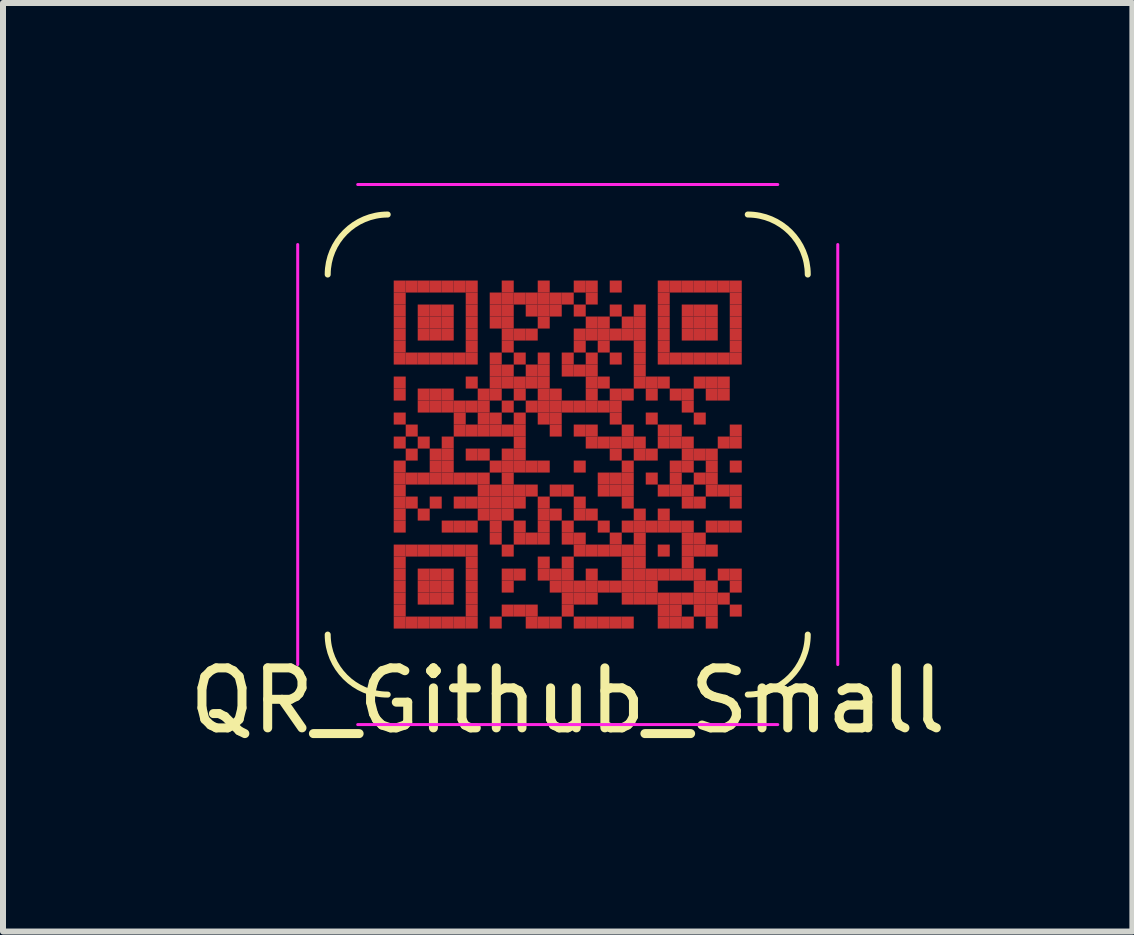
<source format=kicad_pcb>
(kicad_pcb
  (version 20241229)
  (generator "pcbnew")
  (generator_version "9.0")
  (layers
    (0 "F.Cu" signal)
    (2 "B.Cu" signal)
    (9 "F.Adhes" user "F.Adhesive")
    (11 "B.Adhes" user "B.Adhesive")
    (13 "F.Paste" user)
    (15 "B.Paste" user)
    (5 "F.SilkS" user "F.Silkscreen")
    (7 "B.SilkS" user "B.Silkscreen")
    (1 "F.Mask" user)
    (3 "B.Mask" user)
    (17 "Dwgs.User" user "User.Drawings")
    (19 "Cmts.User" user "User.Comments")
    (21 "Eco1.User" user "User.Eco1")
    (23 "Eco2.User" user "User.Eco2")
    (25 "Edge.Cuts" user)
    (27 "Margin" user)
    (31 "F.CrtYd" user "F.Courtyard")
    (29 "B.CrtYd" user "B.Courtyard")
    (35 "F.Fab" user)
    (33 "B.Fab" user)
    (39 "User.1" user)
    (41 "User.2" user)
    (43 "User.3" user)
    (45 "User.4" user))
  (footprint "QR_Github_Small"
    (layer "F.Cu")
    (at 6.411 4.525)
    (property "Reference" "QR_Github_Small" (at 0 4.1 0) (layer "F.SilkS") (effects (font (size 1 1) (thickness 0.15))))
    (fp_rect (start -2.95 -2.95) (end 2.95 2.95) (stroke (width 0) (type default)) (fill yes) (layer "F.Mask"))
    (fp_arc (start -4 -3) (mid -3.707107 -3.707107) (end -3 -4) (stroke (width 0.1) (type default)) (layer "F.SilkS"))
    (fp_arc (start -3 4) (mid -3.707107 3.707107) (end -4 3) (stroke (width 0.1) (type default)) (layer "F.SilkS"))
    (fp_arc (start 3 -4) (mid 3.707107 -3.707107) (end 4 -3) (stroke (width 0.1) (type default)) (layer "F.SilkS"))
    (fp_arc (start 4 3) (mid 3.707107 3.707107) (end 3 4) (stroke (width 0.1) (type default)) (layer "F.SilkS"))
    (fp_arc (start -4.5 -3.5) (mid -4.207107 -4.207107) (end -3.5 -4.5) (stroke (width 0.05) (type solid)) (layer "Margin"))
    (fp_arc (start -3.5 4.5) (mid -4.207107 4.207107) (end -4.5 3.5) (stroke (width 0.05) (type solid)) (layer "Margin"))
    (fp_arc (start 3.5 -4.5) (mid 4.207107 -4.207107) (end 4.5 -3.5) (stroke (width 0.05) (type solid)) (layer "Margin"))
    (fp_arc (start 4.5 3.5) (mid 4.207107 4.207107) (end 3.5 4.5) (stroke (width 0.05) (type solid)) (layer "Margin"))
    (fp_line (start -4.5 3.5) (end -4.5 -3.5) (stroke (width 0.05) (type default)) (layer "F.CrtYd"))
    (fp_line (start -3.5 -4.5) (end 3.5 -4.5) (stroke (width 0.05) (type default)) (layer "F.CrtYd"))
    (fp_line (start 3.5 4.5) (end -3.5 4.5) (stroke (width 0.05) (type default)) (layer "F.CrtYd"))
    (fp_line (start 4.5 -3.5) (end 4.5 3.5) (stroke (width 0.05) (type default)) (layer "F.CrtYd"))
    (pad "" smd rect (at -2.8 -2.8) (size 0.2 0.2) (layers "F.Cu"))
    (pad "" smd rect (at -2.8 -2.6) (size 0.2 0.2) (layers "F.Cu"))
    (pad "" smd rect (at -2.8 -2.4) (size 0.2 0.2) (layers "F.Cu"))
    (pad "" smd rect (at -2.8 -2.2) (size 0.2 0.2) (layers "F.Cu"))
    (pad "" smd rect (at -2.8 -2) (size 0.2 0.2) (layers "F.Cu"))
    (pad "" smd rect (at -2.8 -1.8) (size 0.2 0.2) (layers "F.Cu"))
    (pad "" smd rect (at -2.8 -1.6) (size 0.2 0.2) (layers "F.Cu"))
    (pad "" smd rect (at -2.8 -1.2) (size 0.2 0.2) (layers "F.Cu"))
    (pad "" smd rect (at -2.8 -1) (size 0.2 0.2) (layers "F.Cu"))
    (pad "" smd rect (at -2.8 -0.6) (size 0.2 0.2) (layers "F.Cu"))
    (pad "" smd rect (at -2.8 -0.2) (size 0.2 0.2) (layers "F.Cu"))
    (pad "" smd rect (at -2.8 0.2) (size 0.2 0.2) (layers "F.Cu"))
    (pad "" smd rect (at -2.8 0.4) (size 0.2 0.2) (layers "F.Cu"))
    (pad "" smd rect (at -2.8 0.6) (size 0.2 0.2) (layers "F.Cu"))
    (pad "" smd rect (at -2.8 0.8) (size 0.2 0.2) (layers "F.Cu"))
    (pad "" smd rect (at -2.8 1) (size 0.2 0.2) (layers "F.Cu"))
    (pad "" smd rect (at -2.8 1.2) (size 0.2 0.2) (layers "F.Cu"))
    (pad "" smd rect (at -2.8 1.6) (size 0.2 0.2) (layers "F.Cu"))
    (pad "" smd rect (at -2.8 1.8) (size 0.2 0.2) (layers "F.Cu"))
    (pad "" smd rect (at -2.8 2) (size 0.2 0.2) (layers "F.Cu"))
    (pad "" smd rect (at -2.8 2.2) (size 0.2 0.2) (layers "F.Cu"))
    (pad "" smd rect (at -2.8 2.4) (size 0.2 0.2) (layers "F.Cu"))
    (pad "" smd rect (at -2.8 2.6) (size 0.2 0.2) (layers "F.Cu"))
    (pad "" smd rect (at -2.8 2.8) (size 0.2 0.2) (layers "F.Cu"))
    (pad "" smd rect (at -2.6 -2.8) (size 0.2 0.2) (layers "F.Cu"))
    (pad "" smd rect (at -2.6 -1.6) (size 0.2 0.2) (layers "F.Cu"))
    (pad "" smd rect (at -2.6 -0.4) (size 0.2 0.2) (layers "F.Cu"))
    (pad "" smd rect (at -2.6 0) (size 0.2 0.2) (layers "F.Cu"))
    (pad "" smd rect (at -2.6 0.4) (size 0.2 0.2) (layers "F.Cu"))
    (pad "" smd rect (at -2.6 0.8) (size 0.2 0.2) (layers "F.Cu"))
    (pad "" smd rect (at -2.6 1.6) (size 0.2 0.2) (layers "F.Cu"))
    (pad "" smd rect (at -2.6 2.8) (size 0.2 0.2) (layers "F.Cu"))
    (pad "" smd rect (at -2.4 -2.8) (size 0.2 0.2) (layers "F.Cu"))
    (pad "" smd rect (at -2.4 -2.4) (size 0.2 0.2) (layers "F.Cu"))
    (pad "" smd rect (at -2.4 -2.2) (size 0.2 0.2) (layers "F.Cu"))
    (pad "" smd rect (at -2.4 -2) (size 0.2 0.2) (layers "F.Cu"))
    (pad "" smd rect (at -2.4 -1.6) (size 0.2 0.2) (layers "F.Cu"))
    (pad "" smd rect (at -2.4 -1) (size 0.2 0.2) (layers "F.Cu"))
    (pad "" smd rect (at -2.4 -0.8) (size 0.2 0.2) (layers "F.Cu"))
    (pad "" smd rect (at -2.4 -0.2) (size 0.2 0.2) (layers "F.Cu"))
    (pad "" smd rect (at -2.4 0.4) (size 0.2 0.2) (layers "F.Cu"))
    (pad "" smd rect (at -2.4 1) (size 0.2 0.2) (layers "F.Cu"))
    (pad "" smd rect (at -2.4 1.6) (size 0.2 0.2) (layers "F.Cu"))
    (pad "" smd rect (at -2.4 2) (size 0.2 0.2) (layers "F.Cu"))
    (pad "" smd rect (at -2.4 2.2) (size 0.2 0.2) (layers "F.Cu"))
    (pad "" smd rect (at -2.4 2.4) (size 0.2 0.2) (layers "F.Cu"))
    (pad "" smd rect (at -2.4 2.8) (size 0.2 0.2) (layers "F.Cu"))
    (pad "" smd rect (at -2.2 -2.8) (size 0.2 0.2) (layers "F.Cu"))
    (pad "" smd rect (at -2.2 -2.4) (size 0.2 0.2) (layers "F.Cu"))
    (pad "" smd rect (at -2.2 -2.2) (size 0.2 0.2) (layers "F.Cu"))
    (pad "" smd rect (at -2.2 -2) (size 0.2 0.2) (layers "F.Cu"))
    (pad "" smd rect (at -2.2 -1.6) (size 0.2 0.2) (layers "F.Cu"))
    (pad "" smd rect (at -2.2 -1) (size 0.2 0.2) (layers "F.Cu"))
    (pad "" smd rect (at -2.2 -0.8) (size 0.2 0.2) (layers "F.Cu"))
    (pad "" smd rect (at -2.2 0) (size 0.2 0.2) (layers "F.Cu"))
    (pad "" smd rect (at -2.2 0.2) (size 0.2 0.2) (layers "F.Cu"))
    (pad "" smd rect (at -2.2 0.4) (size 0.2 0.2) (layers "F.Cu"))
    (pad "" smd rect (at -2.2 0.8) (size 0.2 0.2) (layers "F.Cu"))
    (pad "" smd rect (at -2.2 1.6) (size 0.2 0.2) (layers "F.Cu"))
    (pad "" smd rect (at -2.2 2) (size 0.2 0.2) (layers "F.Cu"))
    (pad "" smd rect (at -2.2 2.2) (size 0.2 0.2) (layers "F.Cu"))
    (pad "" smd rect (at -2.2 2.4) (size 0.2 0.2) (layers "F.Cu"))
    (pad "" smd rect (at -2.2 2.8) (size 0.2 0.2) (layers "F.Cu"))
    (pad "" smd rect (at -2 -2.8) (size 0.2 0.2) (layers "F.Cu"))
    (pad "" smd rect (at -2 -2.4) (size 0.2 0.2) (layers "F.Cu"))
    (pad "" smd rect (at -2 -2.2) (size 0.2 0.2) (layers "F.Cu"))
    (pad "" smd rect (at -2 -2) (size 0.2 0.2) (layers "F.Cu"))
    (pad "" smd rect (at -2 -1.6) (size 0.2 0.2) (layers "F.Cu"))
    (pad "" smd rect (at -2 -1) (size 0.2 0.2) (layers "F.Cu"))
    (pad "" smd rect (at -2 -0.8) (size 0.2 0.2) (layers "F.Cu"))
    (pad "" smd rect (at -2 -0.2) (size 0.2 0.2) (layers "F.Cu"))
    (pad "" smd rect (at -2 0) (size 0.2 0.2) (layers "F.Cu"))
    (pad "" smd rect (at -2 0.2) (size 0.2 0.2) (layers "F.Cu"))
    (pad "" smd rect (at -2 0.4) (size 0.2 0.2) (layers "F.Cu"))
    (pad "" smd rect (at -2 1.2) (size 0.2 0.2) (layers "F.Cu"))
    (pad "" smd rect (at -2 1.6) (size 0.2 0.2) (layers "F.Cu"))
    (pad "" smd rect (at -2 2) (size 0.2 0.2) (layers "F.Cu"))
    (pad "" smd rect (at -2 2.2) (size 0.2 0.2) (layers "F.Cu"))
    (pad "" smd rect (at -2 2.4) (size 0.2 0.2) (layers "F.Cu"))
    (pad "" smd rect (at -2 2.8) (size 0.2 0.2) (layers "F.Cu"))
    (pad "" smd rect (at -1.8 -2.8) (size 0.2 0.2) (layers "F.Cu"))
    (pad "" smd rect (at -1.8 -1.6) (size 0.2 0.2) (layers "F.Cu"))
    (pad "" smd rect (at -1.8 -0.8) (size 0.2 0.2) (layers "F.Cu"))
    (pad "" smd rect (at -1.8 -0.6) (size 0.2 0.2) (layers "F.Cu"))
    (pad "" smd rect (at -1.8 -0.4) (size 0.2 0.2) (layers "F.Cu"))
    (pad "" smd rect (at -1.8 0.4) (size 0.2 0.2) (layers "F.Cu"))
    (pad "" smd rect (at -1.8 0.8) (size 0.2 0.2) (layers "F.Cu"))
    (pad "" smd rect (at -1.8 1.2) (size 0.2 0.2) (layers "F.Cu"))
    (pad "" smd rect (at -1.8 1.6) (size 0.2 0.2) (layers "F.Cu"))
    (pad "" smd rect (at -1.8 2.8) (size 0.2 0.2) (layers "F.Cu"))
    (pad "" smd rect (at -1.6 -2.8) (size 0.2 0.2) (layers "F.Cu"))
    (pad "" smd rect (at -1.6 -2.6) (size 0.2 0.2) (layers "F.Cu"))
    (pad "" smd rect (at -1.6 -2.4) (size 0.2 0.2) (layers "F.Cu"))
    (pad "" smd rect (at -1.6 -2.2) (size 0.2 0.2) (layers "F.Cu"))
    (pad "" smd rect (at -1.6 -2) (size 0.2 0.2) (layers "F.Cu"))
    (pad "" smd rect (at -1.6 -1.8) (size 0.2 0.2) (layers "F.Cu"))
    (pad "" smd rect (at -1.6 -1.6) (size 0.2 0.2) (layers "F.Cu"))
    (pad "" smd rect (at -1.6 -1.2) (size 0.2 0.2) (layers "F.Cu"))
    (pad "" smd rect (at -1.6 -0.8) (size 0.2 0.2) (layers "F.Cu"))
    (pad "" smd rect (at -1.6 -0.4) (size 0.2 0.2) (layers "F.Cu"))
    (pad "" smd rect (at -1.6 0) (size 0.2 0.2) (layers "F.Cu"))
    (pad "" smd rect (at -1.6 0.4) (size 0.2 0.2) (layers "F.Cu"))
    (pad "" smd rect (at -1.6 0.8) (size 0.2 0.2) (layers "F.Cu"))
    (pad "" smd rect (at -1.6 1.2) (size 0.2 0.2) (layers "F.Cu"))
    (pad "" smd rect (at -1.6 1.6) (size 0.2 0.2) (layers "F.Cu"))
    (pad "" smd rect (at -1.6 1.8) (size 0.2 0.2) (layers "F.Cu"))
    (pad "" smd rect (at -1.6 2) (size 0.2 0.2) (layers "F.Cu"))
    (pad "" smd rect (at -1.6 2.2) (size 0.2 0.2) (layers "F.Cu"))
    (pad "" smd rect (at -1.6 2.4) (size 0.2 0.2) (layers "F.Cu"))
    (pad "" smd rect (at -1.6 2.6) (size 0.2 0.2) (layers "F.Cu"))
    (pad "" smd rect (at -1.6 2.8) (size 0.2 0.2) (layers "F.Cu"))
    (pad "" smd rect (at -1.4 -1) (size 0.2 0.2) (layers "F.Cu"))
    (pad "" smd rect (at -1.4 -0.8) (size 0.2 0.2) (layers "F.Cu"))
    (pad "" smd rect (at -1.4 -0.6) (size 0.2 0.2) (layers "F.Cu"))
    (pad "" smd rect (at -1.4 -0.4) (size 0.2 0.2) (layers "F.Cu"))
    (pad "" smd rect (at -1.4 0) (size 0.2 0.2) (layers "F.Cu"))
    (pad "" smd rect (at -1.4 0.4) (size 0.2 0.2) (layers "F.Cu"))
    (pad "" smd rect (at -1.4 0.6) (size 0.2 0.2) (layers "F.Cu"))
    (pad "" smd rect (at -1.4 0.8) (size 0.2 0.2) (layers "F.Cu"))
    (pad "" smd rect (at -1.4 1) (size 0.2 0.2) (layers "F.Cu"))
    (pad "" smd rect (at -1.2 -2.6) (size 0.2 0.2) (layers "F.Cu"))
    (pad "" smd rect (at -1.2 -2.4) (size 0.2 0.2) (layers "F.Cu"))
    (pad "" smd rect (at -1.2 -2.2) (size 0.2 0.2) (layers "F.Cu"))
    (pad "" smd rect (at -1.2 -1.6) (size 0.2 0.2) (layers "F.Cu"))
    (pad "" smd rect (at -1.2 -1.4) (size 0.2 0.2) (layers "F.Cu"))
    (pad "" smd rect (at -1.2 -1.2) (size 0.2 0.2) (layers "F.Cu"))
    (pad "" smd rect (at -1.2 -1) (size 0.2 0.2) (layers "F.Cu"))
    (pad "" smd rect (at -1.2 -0.6) (size 0.2 0.2) (layers "F.Cu"))
    (pad "" smd rect (at -1.2 -0.4) (size 0.2 0.2) (layers "F.Cu"))
    (pad "" smd rect (at -1.2 0.2) (size 0.2 0.2) (layers "F.Cu"))
    (pad "" smd rect (at -1.2 0.6) (size 0.2 0.2) (layers "F.Cu"))
    (pad "" smd rect (at -1.2 0.8) (size 0.2 0.2) (layers "F.Cu"))
    (pad "" smd rect (at -1.2 1) (size 0.2 0.2) (layers "F.Cu"))
    (pad "" smd rect (at -1.2 1.2) (size 0.2 0.2) (layers "F.Cu"))
    (pad "" smd rect (at -1.2 1.4) (size 0.2 0.2) (layers "F.Cu"))
    (pad "" smd rect (at -1.2 2.8) (size 0.2 0.2) (layers "F.Cu"))
    (pad "" smd rect (at -1 -2.8) (size 0.2 0.2) (layers "F.Cu"))
    (pad "" smd rect (at -1 -2.6) (size 0.2 0.2) (layers "F.Cu"))
    (pad "" smd rect (at -1 -2.4) (size 0.2 0.2) (layers "F.Cu"))
    (pad "" smd rect (at -1 -2.2) (size 0.2 0.2) (layers "F.Cu"))
    (pad "" smd rect (at -1 -2) (size 0.2 0.2) (layers "F.Cu"))
    (pad "" smd rect (at -1 -1.8) (size 0.2 0.2) (layers "F.Cu"))
    (pad "" smd rect (at -1 -1.4) (size 0.2 0.2) (layers "F.Cu"))
    (pad "" smd rect (at -1 -1.2) (size 0.2 0.2) (layers "F.Cu"))
    (pad "" smd rect (at -1 -0.8) (size 0.2 0.2) (layers "F.Cu"))
    (pad "" smd rect (at -1 -0.4) (size 0.2 0.2) (layers "F.Cu"))
    (pad "" smd rect (at -1 0) (size 0.2 0.2) (layers "F.Cu"))
    (pad "" smd rect (at -1 0.2) (size 0.2 0.2) (layers "F.Cu"))
    (pad "" smd rect (at -1 0.4) (size 0.2 0.2) (layers "F.Cu"))
    (pad "" smd rect (at -1 0.6) (size 0.2 0.2) (layers "F.Cu"))
    (pad "" smd rect (at -1 0.8) (size 0.2 0.2) (layers "F.Cu"))
    (pad "" smd rect (at -1 1) (size 0.2 0.2) (layers "F.Cu"))
    (pad "" smd rect (at -1 1.6) (size 0.2 0.2) (layers "F.Cu"))
    (pad "" smd rect (at -1 2) (size 0.2 0.2) (layers "F.Cu"))
    (pad "" smd rect (at -1 2.2) (size 0.2 0.2) (layers "F.Cu"))
    (pad "" smd rect (at -1 2.6) (size 0.2 0.2) (layers "F.Cu"))
    (pad "" smd rect (at -0.8 -2.6) (size 0.2 0.2) (layers "F.Cu"))
    (pad "" smd rect (at -0.8 -2) (size 0.2 0.2) (layers "F.Cu"))
    (pad "" smd rect (at -0.8 -1.6) (size 0.2 0.2) (layers "F.Cu"))
    (pad "" smd rect (at -0.8 -1.2) (size 0.2 0.2) (layers "F.Cu"))
    (pad "" smd rect (at -0.8 -1) (size 0.2 0.2) (layers "F.Cu"))
    (pad "" smd rect (at -0.8 -0.6) (size 0.2 0.2) (layers "F.Cu"))
    (pad "" smd rect (at -0.8 -0.4) (size 0.2 0.2) (layers "F.Cu"))
    (pad "" smd rect (at -0.8 -0.2) (size 0.2 0.2) (layers "F.Cu"))
    (pad "" smd rect (at -0.8 0) (size 0.2 0.2) (layers "F.Cu"))
    (pad "" smd rect (at -0.8 0.2) (size 0.2 0.2) (layers "F.Cu"))
    (pad "" smd rect (at -0.8 0.6) (size 0.2 0.2) (layers "F.Cu"))
    (pad "" smd rect (at -0.8 0.8) (size 0.2 0.2) (layers "F.Cu"))
    (pad "" smd rect (at -0.8 1.2) (size 0.2 0.2) (layers "F.Cu"))
    (pad "" smd rect (at -0.8 1.4) (size 0.2 0.2) (layers "F.Cu"))
    (pad "" smd rect (at -0.8 2) (size 0.2 0.2) (layers "F.Cu"))
    (pad "" smd rect (at -0.8 2.6) (size 0.2 0.2) (layers "F.Cu"))
    (pad "" smd rect (at -0.6 -2.6) (size 0.2 0.2) (layers "F.Cu"))
    (pad "" smd rect (at -0.6 -2.4) (size 0.2 0.2) (layers "F.Cu"))
    (pad "" smd rect (at -0.6 -2) (size 0.2 0.2) (layers "F.Cu"))
    (pad "" smd rect (at -0.6 -1.4) (size 0.2 0.2) (layers "F.Cu"))
    (pad "" smd rect (at -0.6 -1.2) (size 0.2 0.2) (layers "F.Cu"))
    (pad "" smd rect (at -0.6 -0.8) (size 0.2 0.2) (layers "F.Cu"))
    (pad "" smd rect (at -0.6 0.2) (size 0.2 0.2) (layers "F.Cu"))
    (pad "" smd rect (at -0.6 0.6) (size 0.2 0.2) (layers "F.Cu"))
    (pad "" smd rect (at -0.6 1.4) (size 0.2 0.2) (layers "F.Cu"))
    (pad "" smd rect (at -0.6 2.6) (size 0.2 0.2) (layers "F.Cu"))
    (pad "" smd rect (at -0.6 2.8) (size 0.2 0.2) (layers "F.Cu"))
    (pad "" smd rect (at -0.4 -2.8) (size 0.2 0.2) (layers "F.Cu"))
    (pad "" smd rect (at -0.4 -2.6) (size 0.2 0.2) (layers "F.Cu"))
    (pad "" smd rect (at -0.4 -2.4) (size 0.2 0.2) (layers "F.Cu"))
    (pad "" smd rect (at -0.4 -2.2) (size 0.2 0.2) (layers "F.Cu"))
    (pad "" smd rect (at -0.4 -1.6) (size 0.2 0.2) (layers "F.Cu"))
    (pad "" smd rect (at -0.4 -1.4) (size 0.2 0.2) (layers "F.Cu"))
    (pad "" smd rect (at -0.4 -1.2) (size 0.2 0.2) (layers "F.Cu"))
    (pad "" smd rect (at -0.4 -1) (size 0.2 0.2) (layers "F.Cu"))
    (pad "" smd rect (at -0.4 -0.8) (size 0.2 0.2) (layers "F.Cu"))
    (pad "" smd rect (at -0.4 -0.6) (size 0.2 0.2) (layers "F.Cu"))
    (pad "" smd rect (at -0.4 0.2) (size 0.2 0.2) (layers "F.Cu"))
    (pad "" smd rect (at -0.4 0.8) (size 0.2 0.2) (layers "F.Cu"))
    (pad "" smd rect (at -0.4 1) (size 0.2 0.2) (layers "F.Cu"))
    (pad "" smd rect (at -0.4 1.2) (size 0.2 0.2) (layers "F.Cu"))
    (pad "" smd rect (at -0.4 1.4) (size 0.2 0.2) (layers "F.Cu"))
    (pad "" smd rect (at -0.4 1.8) (size 0.2 0.2) (layers "F.Cu"))
    (pad "" smd rect (at -0.4 2) (size 0.2 0.2) (layers "F.Cu"))
    (pad "" smd rect (at -0.4 2.8) (size 0.2 0.2) (layers "F.Cu"))
    (pad "" smd rect (at -0.2 -2.6) (size 0.2 0.2) (layers "F.Cu"))
    (pad "" smd rect (at -0.2 -2.4) (size 0.2 0.2) (layers "F.Cu"))
    (pad "" smd rect (at -0.2 -1) (size 0.2 0.2) (layers "F.Cu"))
    (pad "" smd rect (at -0.2 -0.8) (size 0.2 0.2) (layers "F.Cu"))
    (pad "" smd rect (at -0.2 -0.6) (size 0.2 0.2) (layers "F.Cu"))
    (pad "" smd rect (at -0.2 -0.4) (size 0.2 0.2) (layers "F.Cu"))
    (pad "" smd rect (at -0.2 0.6) (size 0.2 0.2) (layers "F.Cu"))
    (pad "" smd rect (at -0.2 1) (size 0.2 0.2) (layers "F.Cu"))
    (pad "" smd rect (at -0.2 2) (size 0.2 0.2) (layers "F.Cu"))
    (pad "" smd rect (at -0.2 2.2) (size 0.2 0.2) (layers "F.Cu"))
    (pad "" smd rect (at -0.2 2.8) (size 0.2 0.2) (layers "F.Cu"))
    (pad "" smd rect (at 0 -2.6) (size 0.2 0.2) (layers "F.Cu"))
    (pad "" smd rect (at 0 -1.6) (size 0.2 0.2) (layers "F.Cu"))
    (pad "" smd rect (at 0 -1.4) (size 0.2 0.2) (layers "F.Cu"))
    (pad "" smd rect (at 0 -0.8) (size 0.2 0.2) (layers "F.Cu"))
    (pad "" smd rect (at 0 0.6) (size 0.2 0.2) (layers "F.Cu"))
    (pad "" smd rect (at 0 1.2) (size 0.2 0.2) (layers "F.Cu"))
    (pad "" smd rect (at 0 1.4) (size 0.2 0.2) (layers "F.Cu"))
    (pad "" smd rect (at 0 1.8) (size 0.2 0.2) (layers "F.Cu"))
    (pad "" smd rect (at 0 2) (size 0.2 0.2) (layers "F.Cu"))
    (pad "" smd rect (at 0 2.2) (size 0.2 0.2) (layers "F.Cu"))
    (pad "" smd rect (at 0 2.4) (size 0.2 0.2) (layers "F.Cu"))
    (pad "" smd rect (at 0 2.6) (size 0.2 0.2) (layers "F.Cu"))
    (pad "" smd rect (at 0.2 -2.8) (size 0.2 0.2) (layers "F.Cu"))
    (pad "" smd rect (at 0.2 -2.4) (size 0.2 0.2) (layers "F.Cu"))
    (pad "" smd rect (at 0.2 -2) (size 0.2 0.2) (layers "F.Cu"))
    (pad "" smd rect (at 0.2 -1.8) (size 0.2 0.2) (layers "F.Cu"))
    (pad "" smd rect (at 0.2 -1.4) (size 0.2 0.2) (layers "F.Cu"))
    (pad "" smd rect (at 0.2 -0.8) (size 0.2 0.2) (layers "F.Cu"))
    (pad "" smd rect (at 0.2 -0.4) (size 0.2 0.2) (layers "F.Cu"))
    (pad "" smd rect (at 0.2 0.2) (size 0.2 0.2) (layers "F.Cu"))
    (pad "" smd rect (at 0.2 0.8) (size 0.2 0.2) (layers "F.Cu"))
    (pad "" smd rect (at 0.2 1) (size 0.2 0.2) (layers "F.Cu"))
    (pad "" smd rect (at 0.2 1.4) (size 0.2 0.2) (layers "F.Cu"))
    (pad "" smd rect (at 0.2 1.6) (size 0.2 0.2) (layers "F.Cu"))
    (pad "" smd rect (at 0.2 2.2) (size 0.2 0.2) (layers "F.Cu"))
    (pad "" smd rect (at 0.2 2.4) (size 0.2 0.2) (layers "F.Cu"))
    (pad "" smd rect (at 0.2 2.8) (size 0.2 0.2) (layers "F.Cu"))
    (pad "" smd rect (at 0.4 -2.8) (size 0.2 0.2) (layers "F.Cu"))
    (pad "" smd rect (at 0.4 -2.6) (size 0.2 0.2) (layers "F.Cu"))
    (pad "" smd rect (at 0.4 -2.2) (size 0.2 0.2) (layers "F.Cu"))
    (pad "" smd rect (at 0.4 -2) (size 0.2 0.2) (layers "F.Cu"))
    (pad "" smd rect (at 0.4 -1.6) (size 0.2 0.2) (layers "F.Cu"))
    (pad "" smd rect (at 0.4 -1.4) (size 0.2 0.2) (layers "F.Cu"))
    (pad "" smd rect (at 0.4 -1.2) (size 0.2 0.2) (layers "F.Cu"))
    (pad "" smd rect (at 0.4 -1) (size 0.2 0.2) (layers "F.Cu"))
    (pad "" smd rect (at 0.4 -0.8) (size 0.2 0.2) (layers "F.Cu"))
    (pad "" smd rect (at 0.4 -0.4) (size 0.2 0.2) (layers "F.Cu"))
    (pad "" smd rect (at 0.4 -0.2) (size 0.2 0.2) (layers "F.Cu"))
    (pad "" smd rect (at 0.4 1) (size 0.2 0.2) (layers "F.Cu"))
    (pad "" smd rect (at 0.4 1.6) (size 0.2 0.2) (layers "F.Cu"))
    (pad "" smd rect (at 0.4 2) (size 0.2 0.2) (layers "F.Cu"))
    (pad "" smd rect (at 0.4 2.2) (size 0.2 0.2) (layers "F.Cu"))
    (pad "" smd rect (at 0.4 2.4) (size 0.2 0.2) (layers "F.Cu"))
    (pad "" smd rect (at 0.4 2.8) (size 0.2 0.2) (layers "F.Cu"))
    (pad "" smd rect (at 0.6 -2.2) (size 0.2 0.2) (layers "F.Cu"))
    (pad "" smd rect (at 0.6 -2) (size 0.2 0.2) (layers "F.Cu"))
    (pad "" smd rect (at 0.6 -1.8) (size 0.2 0.2) (layers "F.Cu"))
    (pad "" smd rect (at 0.6 -1.2) (size 0.2 0.2) (layers "F.Cu"))
    (pad "" smd rect (at 0.6 -0.8) (size 0.2 0.2) (layers "F.Cu"))
    (pad "" smd rect (at 0.6 -0.2) (size 0.2 0.2) (layers "F.Cu"))
    (pad "" smd rect (at 0.6 0.4) (size 0.2 0.2) (layers "F.Cu"))
    (pad "" smd rect (at 0.6 0.6) (size 0.2 0.2) (layers "F.Cu"))
    (pad "" smd rect (at 0.6 1.2) (size 0.2 0.2) (layers "F.Cu"))
    (pad "" smd rect (at 0.6 1.6) (size 0.2 0.2) (layers "F.Cu"))
    (pad "" smd rect (at 0.6 2.2) (size 0.2 0.2) (layers "F.Cu"))
    (pad "" smd rect (at 0.6 2.8) (size 0.2 0.2) (layers "F.Cu"))
    (pad "" smd rect (at 0.8 -2.8) (size 0.2 0.2) (layers "F.Cu"))
    (pad "" smd rect (at 0.8 -2.4) (size 0.2 0.2) (layers "F.Cu"))
    (pad "" smd rect (at 0.8 -2) (size 0.2 0.2) (layers "F.Cu"))
    (pad "" smd rect (at 0.8 -1.6) (size 0.2 0.2) (layers "F.Cu"))
    (pad "" smd rect (at 0.8 -1) (size 0.2 0.2) (layers "F.Cu"))
    (pad "" smd rect (at 0.8 -0.8) (size 0.2 0.2) (layers "F.Cu"))
    (pad "" smd rect (at 0.8 -0.6) (size 0.2 0.2) (layers "F.Cu"))
    (pad "" smd rect (at 0.8 -0.2) (size 0.2 0.2) (layers "F.Cu"))
    (pad "" smd rect (at 0.8 0) (size 0.2 0.2) (layers "F.Cu"))
    (pad "" smd rect (at 0.8 0.4) (size 0.2 0.2) (layers "F.Cu"))
    (pad "" smd rect (at 0.8 0.6) (size 0.2 0.2) (layers "F.Cu"))
    (pad "" smd rect (at 0.8 1.4) (size 0.2 0.2) (layers "F.Cu"))
    (pad "" smd rect (at 0.8 1.6) (size 0.2 0.2) (layers "F.Cu"))
    (pad "" smd rect (at 0.8 2.2) (size 0.2 0.2) (layers "F.Cu"))
    (pad "" smd rect (at 0.8 2.8) (size 0.2 0.2) (layers "F.Cu"))
    (pad "" smd rect (at 1 -2.2) (size 0.2 0.2) (layers "F.Cu"))
    (pad "" smd rect (at 1 -2) (size 0.2 0.2) (layers "F.Cu"))
    (pad "" smd rect (at 1 -1) (size 0.2 0.2) (layers "F.Cu"))
    (pad "" smd rect (at 1 -0.4) (size 0.2 0.2) (layers "F.Cu"))
    (pad "" smd rect (at 1 -0.2) (size 0.2 0.2) (layers "F.Cu"))
    (pad "" smd rect (at 1 0.2) (size 0.2 0.2) (layers "F.Cu"))
    (pad "" smd rect (at 1 0.4) (size 0.2 0.2) (layers "F.Cu"))
    (pad "" smd rect (at 1 0.6) (size 0.2 0.2) (layers "F.Cu"))
    (pad "" smd rect (at 1 0.8) (size 0.2 0.2) (layers "F.Cu"))
    (pad "" smd rect (at 1 1.2) (size 0.2 0.2) (layers "F.Cu"))
    (pad "" smd rect (at 1 1.6) (size 0.2 0.2) (layers "F.Cu"))
    (pad "" smd rect (at 1 1.8) (size 0.2 0.2) (layers "F.Cu"))
    (pad "" smd rect (at 1 2) (size 0.2 0.2) (layers "F.Cu"))
    (pad "" smd rect (at 1 2.2) (size 0.2 0.2) (layers "F.Cu"))
    (pad "" smd rect (at 1 2.4) (size 0.2 0.2) (layers "F.Cu"))
    (pad "" smd rect (at 1 2.8) (size 0.2 0.2) (layers "F.Cu"))
    (pad "" smd rect (at 1.2 -2.4) (size 0.2 0.2) (layers "F.Cu"))
    (pad "" smd rect (at 1.2 -2.2) (size 0.2 0.2) (layers "F.Cu"))
    (pad "" smd rect (at 1.2 -2) (size 0.2 0.2) (layers "F.Cu"))
    (pad "" smd rect (at 1.2 -1.8) (size 0.2 0.2) (layers "F.Cu"))
    (pad "" smd rect (at 1.2 -1.6) (size 0.2 0.2) (layers "F.Cu"))
    (pad "" smd rect (at 1.2 -1.4) (size 0.2 0.2) (layers "F.Cu"))
    (pad "" smd rect (at 1.2 -1.2) (size 0.2 0.2) (layers "F.Cu"))
    (pad "" smd rect (at 1.2 -0.2) (size 0.2 0.2) (layers "F.Cu"))
    (pad "" smd rect (at 1.2 0) (size 0.2 0.2) (layers "F.Cu"))
    (pad "" smd rect (at 1.2 1) (size 0.2 0.2) (layers "F.Cu"))
    (pad "" smd rect (at 1.2 1.2) (size 0.2 0.2) (layers "F.Cu"))
    (pad "" smd rect (at 1.2 1.4) (size 0.2 0.2) (layers "F.Cu"))
    (pad "" smd rect (at 1.2 1.6) (size 0.2 0.2) (layers "F.Cu"))
    (pad "" smd rect (at 1.2 1.8) (size 0.2 0.2) (layers "F.Cu"))
    (pad "" smd rect (at 1.2 2) (size 0.2 0.2) (layers "F.Cu"))
    (pad "" smd rect (at 1.2 2.2) (size 0.2 0.2) (layers "F.Cu"))
    (pad "" smd rect (at 1.2 2.4) (size 0.2 0.2) (layers "F.Cu"))
    (pad "" smd rect (at 1.4 -1.2) (size 0.2 0.2) (layers "F.Cu"))
    (pad "" smd rect (at 1.4 -1) (size 0.2 0.2) (layers "F.Cu"))
    (pad "" smd rect (at 1.4 -0.6) (size 0.2 0.2) (layers "F.Cu"))
    (pad "" smd rect (at 1.4 0) (size 0.2 0.2) (layers "F.Cu"))
    (pad "" smd rect (at 1.4 0.4) (size 0.2 0.2) (layers "F.Cu"))
    (pad "" smd rect (at 1.4 1.2) (size 0.2 0.2) (layers "F.Cu"))
    (pad "" smd rect (at 1.4 2) (size 0.2 0.2) (layers "F.Cu"))
    (pad "" smd rect (at 1.4 2.2) (size 0.2 0.2) (layers "F.Cu"))
    (pad "" smd rect (at 1.4 2.4) (size 0.2 0.2) (layers "F.Cu"))
    (pad "" smd rect (at 1.6 -2.8) (size 0.2 0.2) (layers "F.Cu"))
    (pad "" smd rect (at 1.6 -2.6) (size 0.2 0.2) (layers "F.Cu"))
    (pad "" smd rect (at 1.6 -2.4) (size 0.2 0.2) (layers "F.Cu"))
    (pad "" smd rect (at 1.6 -2.2) (size 0.2 0.2) (layers "F.Cu"))
    (pad "" smd rect (at 1.6 -2) (size 0.2 0.2) (layers "F.Cu"))
    (pad "" smd rect (at 1.6 -1.8) (size 0.2 0.2) (layers "F.Cu"))
    (pad "" smd rect (at 1.6 -1.6) (size 0.2 0.2) (layers "F.Cu"))
    (pad "" smd rect (at 1.6 -1.2) (size 0.2 0.2) (layers "F.Cu"))
    (pad "" smd rect (at 1.6 -0.4) (size 0.2 0.2) (layers "F.Cu"))
    (pad "" smd rect (at 1.6 -0.2) (size 0.2 0.2) (layers "F.Cu"))
    (pad "" smd rect (at 1.6 0.6) (size 0.2 0.2) (layers "F.Cu"))
    (pad "" smd rect (at 1.6 1) (size 0.2 0.2) (layers "F.Cu"))
    (pad "" smd rect (at 1.6 1.2) (size 0.2 0.2) (layers "F.Cu"))
    (pad "" smd rect (at 1.6 1.6) (size 0.2 0.2) (layers "F.Cu"))
    (pad "" smd rect (at 1.6 2) (size 0.2 0.2) (layers "F.Cu"))
    (pad "" smd rect (at 1.6 2.4) (size 0.2 0.2) (layers "F.Cu"))
    (pad "" smd rect (at 1.6 2.6) (size 0.2 0.2) (layers "F.Cu"))
    (pad "" smd rect (at 1.6 2.8) (size 0.2 0.2) (layers "F.Cu"))
    (pad "" smd rect (at 1.8 -2.8) (size 0.2 0.2) (layers "F.Cu"))
    (pad "" smd rect (at 1.8 -1.6) (size 0.2 0.2) (layers "F.Cu"))
    (pad "" smd rect (at 1.8 -1) (size 0.2 0.2) (layers "F.Cu"))
    (pad "" smd rect (at 1.8 -0.4) (size 0.2 0.2) (layers "F.Cu"))
    (pad "" smd rect (at 1.8 -0.2) (size 0.2 0.2) (layers "F.Cu"))
    (pad "" smd rect (at 1.8 0.2) (size 0.2 0.2) (layers "F.Cu"))
    (pad "" smd rect (at 1.8 0.4) (size 0.2 0.2) (layers "F.Cu"))
    (pad "" smd rect (at 1.8 0.6) (size 0.2 0.2) (layers "F.Cu"))
    (pad "" smd rect (at 1.8 1.2) (size 0.2 0.2) (layers "F.Cu"))
    (pad "" smd rect (at 1.8 2) (size 0.2 0.2) (layers "F.Cu"))
    (pad "" smd rect (at 1.8 2.4) (size 0.2 0.2) (layers "F.Cu"))
    (pad "" smd rect (at 1.8 2.6) (size 0.2 0.2) (layers "F.Cu"))
    (pad "" smd rect (at 1.8 2.8) (size 0.2 0.2) (layers "F.Cu"))
    (pad "" smd rect (at 2 -2.8) (size 0.2 0.2) (layers "F.Cu"))
    (pad "" smd rect (at 2 -2.4) (size 0.2 0.2) (layers "F.Cu"))
    (pad "" smd rect (at 2 -2.2) (size 0.2 0.2) (layers "F.Cu"))
    (pad "" smd rect (at 2 -2) (size 0.2 0.2) (layers "F.Cu"))
    (pad "" smd rect (at 2 -1.6) (size 0.2 0.2) (layers "F.Cu"))
    (pad "" smd rect (at 2 -1) (size 0.2 0.2) (layers "F.Cu"))
    (pad "" smd rect (at 2 -0.8) (size 0.2 0.2) (layers "F.Cu"))
    (pad "" smd rect (at 2 -0.2) (size 0.2 0.2) (layers "F.Cu"))
    (pad "" smd rect (at 2 0) (size 0.2 0.2) (layers "F.Cu"))
    (pad "" smd rect (at 2 0.2) (size 0.2 0.2) (layers "F.Cu"))
    (pad "" smd rect (at 2 0.6) (size 0.2 0.2) (layers "F.Cu"))
    (pad "" smd rect (at 2 0.8) (size 0.2 0.2) (layers "F.Cu"))
    (pad "" smd rect (at 2 1.2) (size 0.2 0.2) (layers "F.Cu"))
    (pad "" smd rect (at 2 1.4) (size 0.2 0.2) (layers "F.Cu"))
    (pad "" smd rect (at 2 1.6) (size 0.2 0.2) (layers "F.Cu"))
    (pad "" smd rect (at 2 1.8) (size 0.2 0.2) (layers "F.Cu"))
    (pad "" smd rect (at 2 2) (size 0.2 0.2) (layers "F.Cu"))
    (pad "" smd rect (at 2 2.4) (size 0.2 0.2) (layers "F.Cu"))
    (pad "" smd rect (at 2 2.8) (size 0.2 0.2) (layers "F.Cu"))
    (pad "" smd rect (at 2.2 -2.8) (size 0.2 0.2) (layers "F.Cu"))
    (pad "" smd rect (at 2.2 -2.4) (size 0.2 0.2) (layers "F.Cu"))
    (pad "" smd rect (at 2.2 -2.2) (size 0.2 0.2) (layers "F.Cu"))
    (pad "" smd rect (at 2.2 -2) (size 0.2 0.2) (layers "F.Cu"))
    (pad "" smd rect (at 2.2 -1.6) (size 0.2 0.2) (layers "F.Cu"))
    (pad "" smd rect (at 2.2 -1.2) (size 0.2 0.2) (layers "F.Cu"))
    (pad "" smd rect (at 2.2 -0.6) (size 0.2 0.2) (layers "F.Cu"))
    (pad "" smd rect (at 2.2 0) (size 0.2 0.2) (layers "F.Cu"))
    (pad "" smd rect (at 2.2 0.4) (size 0.2 0.2) (layers "F.Cu"))
    (pad "" smd rect (at 2.2 0.8) (size 0.2 0.2) (layers "F.Cu"))
    (pad "" smd rect (at 2.2 1.4) (size 0.2 0.2) (layers "F.Cu"))
    (pad "" smd rect (at 2.2 1.6) (size 0.2 0.2) (layers "F.Cu"))
    (pad "" smd rect (at 2.2 2) (size 0.2 0.2) (layers "F.Cu"))
    (pad "" smd rect (at 2.2 2.2) (size 0.2 0.2) (layers "F.Cu"))
    (pad "" smd rect (at 2.2 2.4) (size 0.2 0.2) (layers "F.Cu"))
    (pad "" smd rect (at 2.2 2.6) (size 0.2 0.2) (layers "F.Cu"))
    (pad "" smd rect (at 2.4 -2.8) (size 0.2 0.2) (layers "F.Cu"))
    (pad "" smd rect (at 2.4 -2.4) (size 0.2 0.2) (layers "F.Cu"))
    (pad "" smd rect (at 2.4 -2.2) (size 0.2 0.2) (layers "F.Cu"))
    (pad "" smd rect (at 2.4 -2) (size 0.2 0.2) (layers "F.Cu"))
    (pad "" smd rect (at 2.4 -1.6) (size 0.2 0.2) (layers "F.Cu"))
    (pad "" smd rect (at 2.4 -1.2) (size 0.2 0.2) (layers "F.Cu"))
    (pad "" smd rect (at 2.4 -1) (size 0.2 0.2) (layers "F.Cu"))
    (pad "" smd rect (at 2.4 0) (size 0.2 0.2) (layers "F.Cu"))
    (pad "" smd rect (at 2.4 0.2) (size 0.2 0.2) (layers "F.Cu"))
    (pad "" smd rect (at 2.4 0.4) (size 0.2 0.2) (layers "F.Cu"))
    (pad "" smd rect (at 2.4 0.6) (size 0.2 0.2) (layers "F.Cu"))
    (pad "" smd rect (at 2.4 1.2) (size 0.2 0.2) (layers "F.Cu"))
    (pad "" smd rect (at 2.4 1.6) (size 0.2 0.2) (layers "F.Cu"))
    (pad "" smd rect (at 2.4 2.2) (size 0.2 0.2) (layers "F.Cu"))
    (pad "" smd rect (at 2.4 2.4) (size 0.2 0.2) (layers "F.Cu"))
    (pad "" smd rect (at 2.4 2.6) (size 0.2 0.2) (layers "F.Cu"))
    (pad "" smd rect (at 2.4 2.8) (size 0.2 0.2) (layers "F.Cu"))
    (pad "" smd rect (at 2.6 -2.8) (size 0.2 0.2) (layers "F.Cu"))
    (pad "" smd rect (at 2.6 -1.6) (size 0.2 0.2) (layers "F.Cu"))
    (pad "" smd rect (at 2.6 -1.2) (size 0.2 0.2) (layers "F.Cu"))
    (pad "" smd rect (at 2.6 -1) (size 0.2 0.2) (layers "F.Cu"))
    (pad "" smd rect (at 2.6 -0.2) (size 0.2 0.2) (layers "F.Cu"))
    (pad "" smd rect (at 2.6 0.6) (size 0.2 0.2) (layers "F.Cu"))
    (pad "" smd rect (at 2.6 1.2) (size 0.2 0.2) (layers "F.Cu"))
    (pad "" smd rect (at 2.6 2) (size 0.2 0.2) (layers "F.Cu"))
    (pad "" smd rect (at 2.6 2.4) (size 0.2 0.2) (layers "F.Cu"))
    (pad "" smd rect (at 2.8 -2.8) (size 0.2 0.2) (layers "F.Cu"))
    (pad "" smd rect (at 2.8 -2.6) (size 0.2 0.2) (layers "F.Cu"))
    (pad "" smd rect (at 2.8 -2.4) (size 0.2 0.2) (layers "F.Cu"))
    (pad "" smd rect (at 2.8 -2.2) (size 0.2 0.2) (layers "F.Cu"))
    (pad "" smd rect (at 2.8 -2) (size 0.2 0.2) (layers "F.Cu"))
    (pad "" smd rect (at 2.8 -1.8) (size 0.2 0.2) (layers "F.Cu"))
    (pad "" smd rect (at 2.8 -1.6) (size 0.2 0.2) (layers "F.Cu"))
    (pad "" smd rect (at 2.8 -0.4) (size 0.2 0.2) (layers "F.Cu"))
    (pad "" smd rect (at 2.8 -0.2) (size 0.2 0.2) (layers "F.Cu"))
    (pad "" smd rect (at 2.8 0.2) (size 0.2 0.2) (layers "F.Cu"))
    (pad "" smd rect (at 2.8 0.6) (size 0.2 0.2) (layers "F.Cu"))
    (pad "" smd rect (at 2.8 0.8) (size 0.2 0.2) (layers "F.Cu"))
    (pad "" smd rect (at 2.8 1.2) (size 0.2 0.2) (layers "F.Cu"))
    (pad "" smd rect (at 2.8 2) (size 0.2 0.2) (layers "F.Cu"))
    (pad "" smd rect (at 2.8 2.2) (size 0.2 0.2) (layers "F.Cu"))
    (pad "" smd rect (at 2.8 2.6) (size 0.2 0.2) (layers "F.Cu")))
  (gr_rect
    (start -3 -3)
    (end 15.821 12.473)
    (stroke (width 0.1) (type default))
    (fill no)
    (layer "Edge.Cuts")))
</source>
